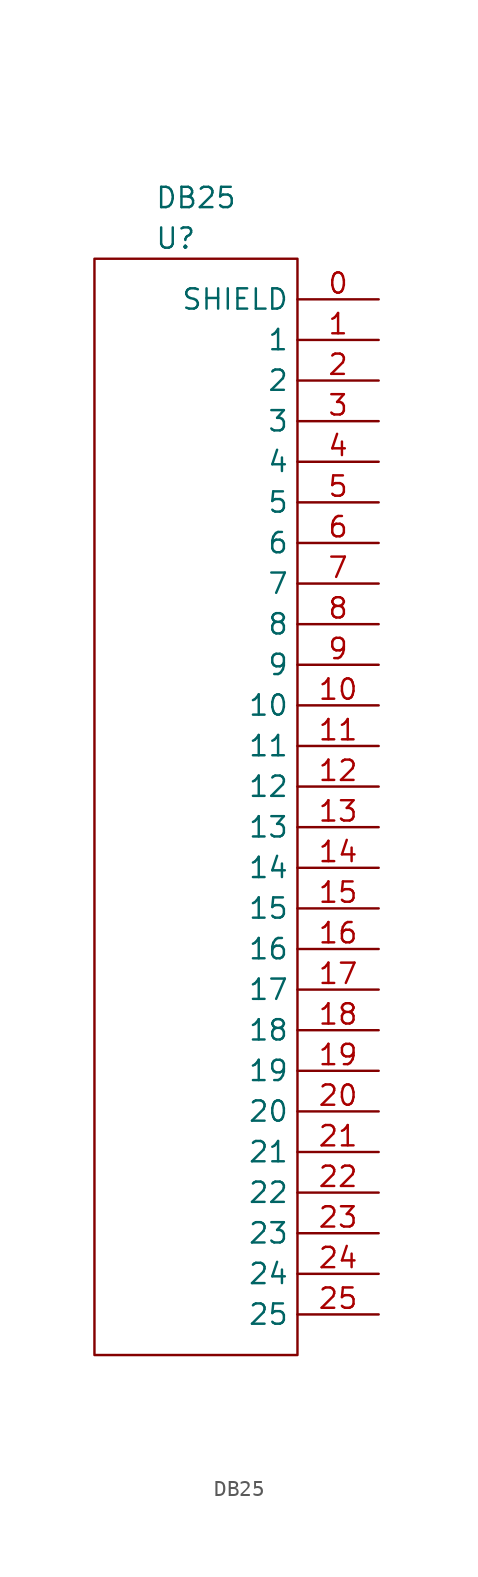
<source format=kicad_sym>
(kicad_symbol_lib
  (version 20211014)
  (generator kicad_symbol_editor)
  (symbol "DB25"
    (property "Reference" "U"
      (at -1.27 35.56 0)
      (effects (font (size 1.27 1.27))))
    (property "Value" "DB25"
      (at 0 38.1 0)
      (effects (font (size 1.27 1.27))))
    (symbol "DB25_0_1"
      (rectangle (start 6.35 34.29) (end -6.35 -34.29) (stroke (width 0.152) (type default) (color 0 0 0 0)) (fill (type none))))
    (symbol "DB25_1_1"
      (pin bidirectional line (at 11.43 31.75 180) (length 5.08) (name "SHIELD" (effects (font (size 1.27 1.27)))) (number "0" (effects (font (size 1.27 1.27)))))
      (pin bidirectional line (at 11.43 29.21 180) (length 5.08) (name "1" (effects (font (size 1.27 1.27)))) (number "1" (effects (font (size 1.27 1.27)))))
      (pin bidirectional line (at 11.43 6.35 180) (length 5.08) (name "10" (effects (font (size 1.27 1.27)))) (number "10" (effects (font (size 1.27 1.27)))))
      (pin bidirectional line (at 11.43 3.81 180) (length 5.08) (name "11" (effects (font (size 1.27 1.27)))) (number "11" (effects (font (size 1.27 1.27)))))
      (pin bidirectional line (at 11.43 1.27 180) (length 5.08) (name "12" (effects (font (size 1.27 1.27)))) (number "12" (effects (font (size 1.27 1.27)))))
      (pin bidirectional line (at 11.43 -1.27 180) (length 5.08) (name "13" (effects (font (size 1.27 1.27)))) (number "13" (effects (font (size 1.27 1.27)))))
      (pin bidirectional line (at 11.43 -3.81 180) (length 5.08) (name "14" (effects (font (size 1.27 1.27)))) (number "14" (effects (font (size 1.27 1.27)))))
      (pin bidirectional line (at 11.43 -6.35 180) (length 5.08) (name "15" (effects (font (size 1.27 1.27)))) (number "15" (effects (font (size 1.27 1.27)))))
      (pin bidirectional line (at 11.43 -8.89 180) (length 5.08) (name "16" (effects (font (size 1.27 1.27)))) (number "16" (effects (font (size 1.27 1.27)))))
      (pin bidirectional line (at 11.43 -11.43 180) (length 5.08) (name "17" (effects (font (size 1.27 1.27)))) (number "17" (effects (font (size 1.27 1.27)))))
      (pin bidirectional line (at 11.43 -13.97 180) (length 5.08) (name "18" (effects (font (size 1.27 1.27)))) (number "18" (effects (font (size 1.27 1.27)))))
      (pin bidirectional line (at 11.43 -16.51 180) (length 5.08) (name "19" (effects (font (size 1.27 1.27)))) (number "19" (effects (font (size 1.27 1.27)))))
      (pin bidirectional line (at 11.43 26.67 180) (length 5.08) (name "2" (effects (font (size 1.27 1.27)))) (number "2" (effects (font (size 1.27 1.27)))))
      (pin bidirectional line (at 11.43 -19.05 180) (length 5.08) (name "20" (effects (font (size 1.27 1.27)))) (number "20" (effects (font (size 1.27 1.27)))))
      (pin bidirectional line (at 11.43 -21.59 180) (length 5.08) (name "21" (effects (font (size 1.27 1.27)))) (number "21" (effects (font (size 1.27 1.27)))))
      (pin bidirectional line (at 11.43 -24.13 180) (length 5.08) (name "22" (effects (font (size 1.27 1.27)))) (number "22" (effects (font (size 1.27 1.27)))))
      (pin bidirectional line (at 11.43 -26.67 180) (length 5.08) (name "23" (effects (font (size 1.27 1.27)))) (number "23" (effects (font (size 1.27 1.27)))))
      (pin bidirectional line (at 11.43 -29.21 180) (length 5.08) (name "24" (effects (font (size 1.27 1.27)))) (number "24" (effects (font (size 1.27 1.27)))))
      (pin bidirectional line (at 11.43 -31.75 180) (length 5.08) (name "25" (effects (font (size 1.27 1.27)))) (number "25" (effects (font (size 1.27 1.27)))))
      (pin bidirectional line (at 11.43 24.13 180) (length 5.08) (name "3" (effects (font (size 1.27 1.27)))) (number "3" (effects (font (size 1.27 1.27)))))
      (pin bidirectional line (at 11.43 21.59 180) (length 5.08) (name "4" (effects (font (size 1.27 1.27)))) (number "4" (effects (font (size 1.27 1.27)))))
      (pin bidirectional line (at 11.43 19.05 180) (length 5.08) (name "5" (effects (font (size 1.27 1.27)))) (number "5" (effects (font (size 1.27 1.27)))))
      (pin bidirectional line (at 11.43 16.51 180) (length 5.08) (name "6" (effects (font (size 1.27 1.27)))) (number "6" (effects (font (size 1.27 1.27)))))
      (pin bidirectional line (at 11.43 13.97 180) (length 5.08) (name "7" (effects (font (size 1.27 1.27)))) (number "7" (effects (font (size 1.27 1.27)))))
      (pin bidirectional line (at 11.43 11.43 180) (length 5.08) (name "8" (effects (font (size 1.27 1.27)))) (number "8" (effects (font (size 1.27 1.27)))))
      (pin bidirectional line (at 11.43 8.89 180) (length 5.08) (name "9" (effects (font (size 1.27 1.27)))) (number "9" (effects (font (size 1.27 1.27))))))))
</source>
